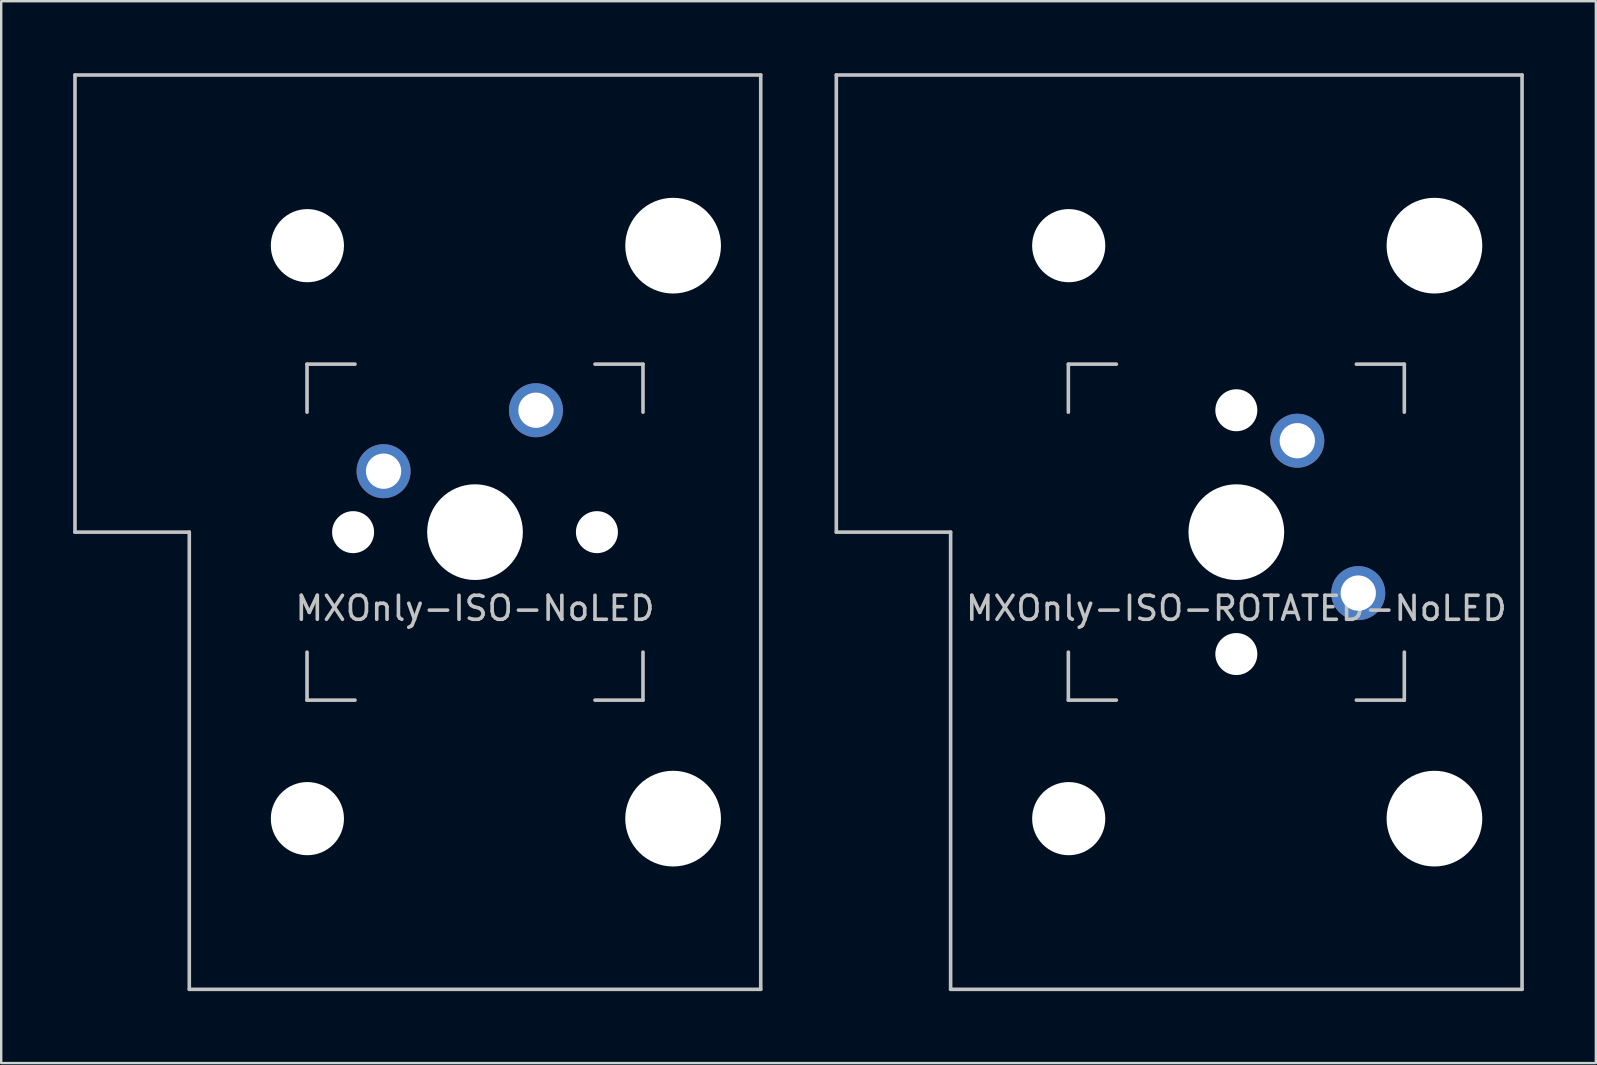
<source format=kicad_pcb>
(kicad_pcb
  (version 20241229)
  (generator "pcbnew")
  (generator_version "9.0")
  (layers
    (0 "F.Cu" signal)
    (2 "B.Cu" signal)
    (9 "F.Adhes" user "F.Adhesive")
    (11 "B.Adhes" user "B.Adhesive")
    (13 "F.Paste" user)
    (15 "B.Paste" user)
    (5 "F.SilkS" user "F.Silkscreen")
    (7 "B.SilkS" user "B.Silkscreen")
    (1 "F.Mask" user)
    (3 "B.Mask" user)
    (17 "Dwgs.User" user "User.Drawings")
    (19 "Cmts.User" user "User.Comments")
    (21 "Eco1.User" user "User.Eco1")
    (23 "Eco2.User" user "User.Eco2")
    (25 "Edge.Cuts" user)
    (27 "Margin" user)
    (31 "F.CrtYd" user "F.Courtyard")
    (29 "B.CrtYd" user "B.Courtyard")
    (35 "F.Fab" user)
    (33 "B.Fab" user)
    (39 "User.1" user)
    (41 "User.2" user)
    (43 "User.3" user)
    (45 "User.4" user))
  (footprint "MXOnly-ISO-NoLED"
    (layer "F.Cu")
    (at 16.744 19.125)
    (property "Reference" "MXOnly-ISO-NoLED" (at 0 3.175 0) (layer "Dwgs.User") (effects (font (size 1 1) (thickness 0.15))))
    (attr through_hole)
    (fp_line (start -16.669 -19.05) (end -16.669 0) (stroke (width 0.15) (type solid)) (layer "Dwgs.User"))
    (fp_line (start -16.669 -19.05) (end 11.906 -19.05) (stroke (width 0.15) (type solid)) (layer "Dwgs.User"))
    (fp_line (start -11.906 0) (end -16.669 0) (stroke (width 0.15) (type solid)) (layer "Dwgs.User"))
    (fp_line (start -11.906 19.05) (end -11.906 0) (stroke (width 0.15) (type solid)) (layer "Dwgs.User"))
    (fp_line (start -11.906 19.05) (end 11.906 19.05) (stroke (width 0.15) (type solid)) (layer "Dwgs.User"))
    (fp_line (start -7 -7) (end -7 -5) (stroke (width 0.15) (type solid)) (layer "Dwgs.User"))
    (fp_line (start -7 5) (end -7 7) (stroke (width 0.15) (type solid)) (layer "Dwgs.User"))
    (fp_line (start -7 7) (end -5 7) (stroke (width 0.15) (type solid)) (layer "Dwgs.User"))
    (fp_line (start -5 -7) (end -7 -7) (stroke (width 0.15) (type solid)) (layer "Dwgs.User"))
    (fp_line (start 5 -7) (end 7 -7) (stroke (width 0.15) (type solid)) (layer "Dwgs.User"))
    (fp_line (start 5 7) (end 7 7) (stroke (width 0.15) (type solid)) (layer "Dwgs.User"))
    (fp_line (start 7 -7) (end 7 -5) (stroke (width 0.15) (type solid)) (layer "Dwgs.User"))
    (fp_line (start 7 7) (end 7 5) (stroke (width 0.15) (type solid)) (layer "Dwgs.User"))
    (fp_line (start 11.906 -19.05) (end 11.906 19.05) (stroke (width 0.15) (type solid)) (layer "Dwgs.User"))
    (pad "" np_thru_hole circle (at -6.985 -11.938) (size 3.048 3.048) (drill 3.048) (layers "*.Cu" "*.Mask"))
    (pad "" np_thru_hole circle (at -6.985 11.938) (size 3.048 3.048) (drill 3.048) (layers "*.Cu" "*.Mask"))
    (pad "" np_thru_hole circle (at -5.08 0 48.1) (size 1.75 1.75) (drill 1.75) (layers "*.Cu" "*.Mask"))
    (pad "" np_thru_hole circle (at 0 0) (size 3.988 3.988) (drill 3.988) (layers "*.Cu" "*.Mask"))
    (pad "" np_thru_hole circle (at 5.08 0 48.1) (size 1.75 1.75) (drill 1.75) (layers "*.Cu" "*.Mask"))
    (pad "" np_thru_hole circle (at 8.255 -11.938) (size 3.988 3.988) (drill 3.988) (layers "*.Cu" "*.Mask"))
    (pad "" np_thru_hole circle (at 8.255 11.938) (size 3.988 3.988) (drill 3.988) (layers "*.Cu" "*.Mask"))
    (pad "1" thru_hole circle (at -3.81 -2.54) (size 2.25 2.25) (drill 1.47) (layers "*.Cu" "B.Mask"))
    (pad "2" thru_hole circle (at 2.54 -5.08) (size 2.25 2.25) (drill 1.47) (layers "*.Cu" "B.Mask")))
  (footprint "MXOnly-ISO-ROTATED-NoLED"
    (layer "F.Cu")
    (at 48.469 19.125)
    (property "Reference" "MXOnly-ISO-ROTATED-NoLED" (at 0 3.175 0) (layer "Dwgs.User") (effects (font (size 1 1) (thickness 0.15))))
    (attr through_hole)
    (fp_line (start -16.669 -19.05) (end -16.669 0) (stroke (width 0.15) (type solid)) (layer "Dwgs.User"))
    (fp_line (start -16.669 -19.05) (end 11.906 -19.05) (stroke (width 0.15) (type solid)) (layer "Dwgs.User"))
    (fp_line (start -11.906 0) (end -16.669 0) (stroke (width 0.15) (type solid)) (layer "Dwgs.User"))
    (fp_line (start -11.906 19.05) (end -11.906 0) (stroke (width 0.15) (type solid)) (layer "Dwgs.User"))
    (fp_line (start -11.906 19.05) (end 11.906 19.05) (stroke (width 0.15) (type solid)) (layer "Dwgs.User"))
    (fp_line (start -7 -7) (end -7 -5) (stroke (width 0.15) (type solid)) (layer "Dwgs.User"))
    (fp_line (start -7 5) (end -7 7) (stroke (width 0.15) (type solid)) (layer "Dwgs.User"))
    (fp_line (start -7 7) (end -5 7) (stroke (width 0.15) (type solid)) (layer "Dwgs.User"))
    (fp_line (start -5 -7) (end -7 -7) (stroke (width 0.15) (type solid)) (layer "Dwgs.User"))
    (fp_line (start 5 -7) (end 7 -7) (stroke (width 0.15) (type solid)) (layer "Dwgs.User"))
    (fp_line (start 5 7) (end 7 7) (stroke (width 0.15) (type solid)) (layer "Dwgs.User"))
    (fp_line (start 7 -7) (end 7 -5) (stroke (width 0.15) (type solid)) (layer "Dwgs.User"))
    (fp_line (start 7 7) (end 7 5) (stroke (width 0.15) (type solid)) (layer "Dwgs.User"))
    (fp_line (start 11.906 -19.05) (end 11.906 19.05) (stroke (width 0.15) (type solid)) (layer "Dwgs.User"))
    (pad "" np_thru_hole circle (at -6.985 -11.938) (size 3.048 3.048) (drill 3.048) (layers "*.Cu" "*.Mask"))
    (pad "" np_thru_hole circle (at -6.985 11.938) (size 3.048 3.048) (drill 3.048) (layers "*.Cu" "*.Mask"))
    (pad "" np_thru_hole circle (at 0 -5.08 48.1) (size 1.75 1.75) (drill 1.75) (layers "*.Cu" "*.Mask"))
    (pad "" np_thru_hole circle (at 0 0) (size 3.988 3.988) (drill 3.988) (layers "*.Cu" "*.Mask"))
    (pad "" np_thru_hole circle (at 0 5.08 48.1) (size 1.75 1.75) (drill 1.75) (layers "*.Cu" "*.Mask"))
    (pad "" np_thru_hole circle (at 8.255 -11.938) (size 3.988 3.988) (drill 3.988) (layers "*.Cu" "*.Mask"))
    (pad "" np_thru_hole circle (at 8.255 11.938) (size 3.988 3.988) (drill 3.988) (layers "*.Cu" "*.Mask"))
    (pad "1" thru_hole circle (at 2.54 -3.81) (size 2.25 2.25) (drill 1.47) (layers "*.Cu" "B.Mask"))
    (pad "2" thru_hole circle (at 5.08 2.54) (size 2.25 2.25) (drill 1.47) (layers "*.Cu" "B.Mask")))
  (gr_rect
    (start -3 -3)
    (end 63.45 41.25)
    (stroke (width 0.1) (type default))
    (fill no)
    (layer "Edge.Cuts")))
</source>
